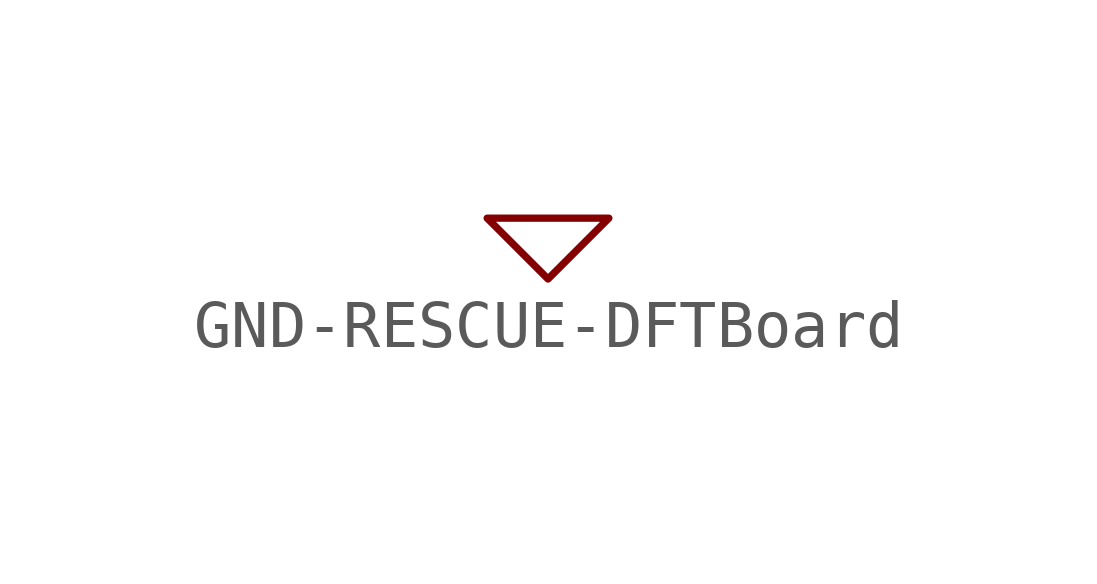
<source format=kicad_sym>
(kicad_symbol_lib
  (version 20231120)
  (generator "kicad_symbol_editor")
  (generator_version "8.0")
  (symbol "GND-RESCUE-DFTBoard"
    (power)
    (pin_names
      (offset 0))
    (property "Reference" "#PWR"
      (at 0 0 0)
      (effects (font (size 0.762 0.762)) (hide yes)))
    (symbol "GND-RESCUE-DFTBoard_0_1"
      (polyline (pts (xy -1.27 0) (xy 0 -1.27) (xy 1.27 0) (xy -1.27 0)) (stroke (width 0) (type solid)) (fill (type none))))
    (symbol "GND-RESCUE-DFTBoard_1_1"
      (pin power_in line (at 0 0 90) (length 0) hide (name "GND" (effects (font (size 0.762 0.762)))) (number "1" (effects (font (size 0.762 0.762))))))))
</source>
